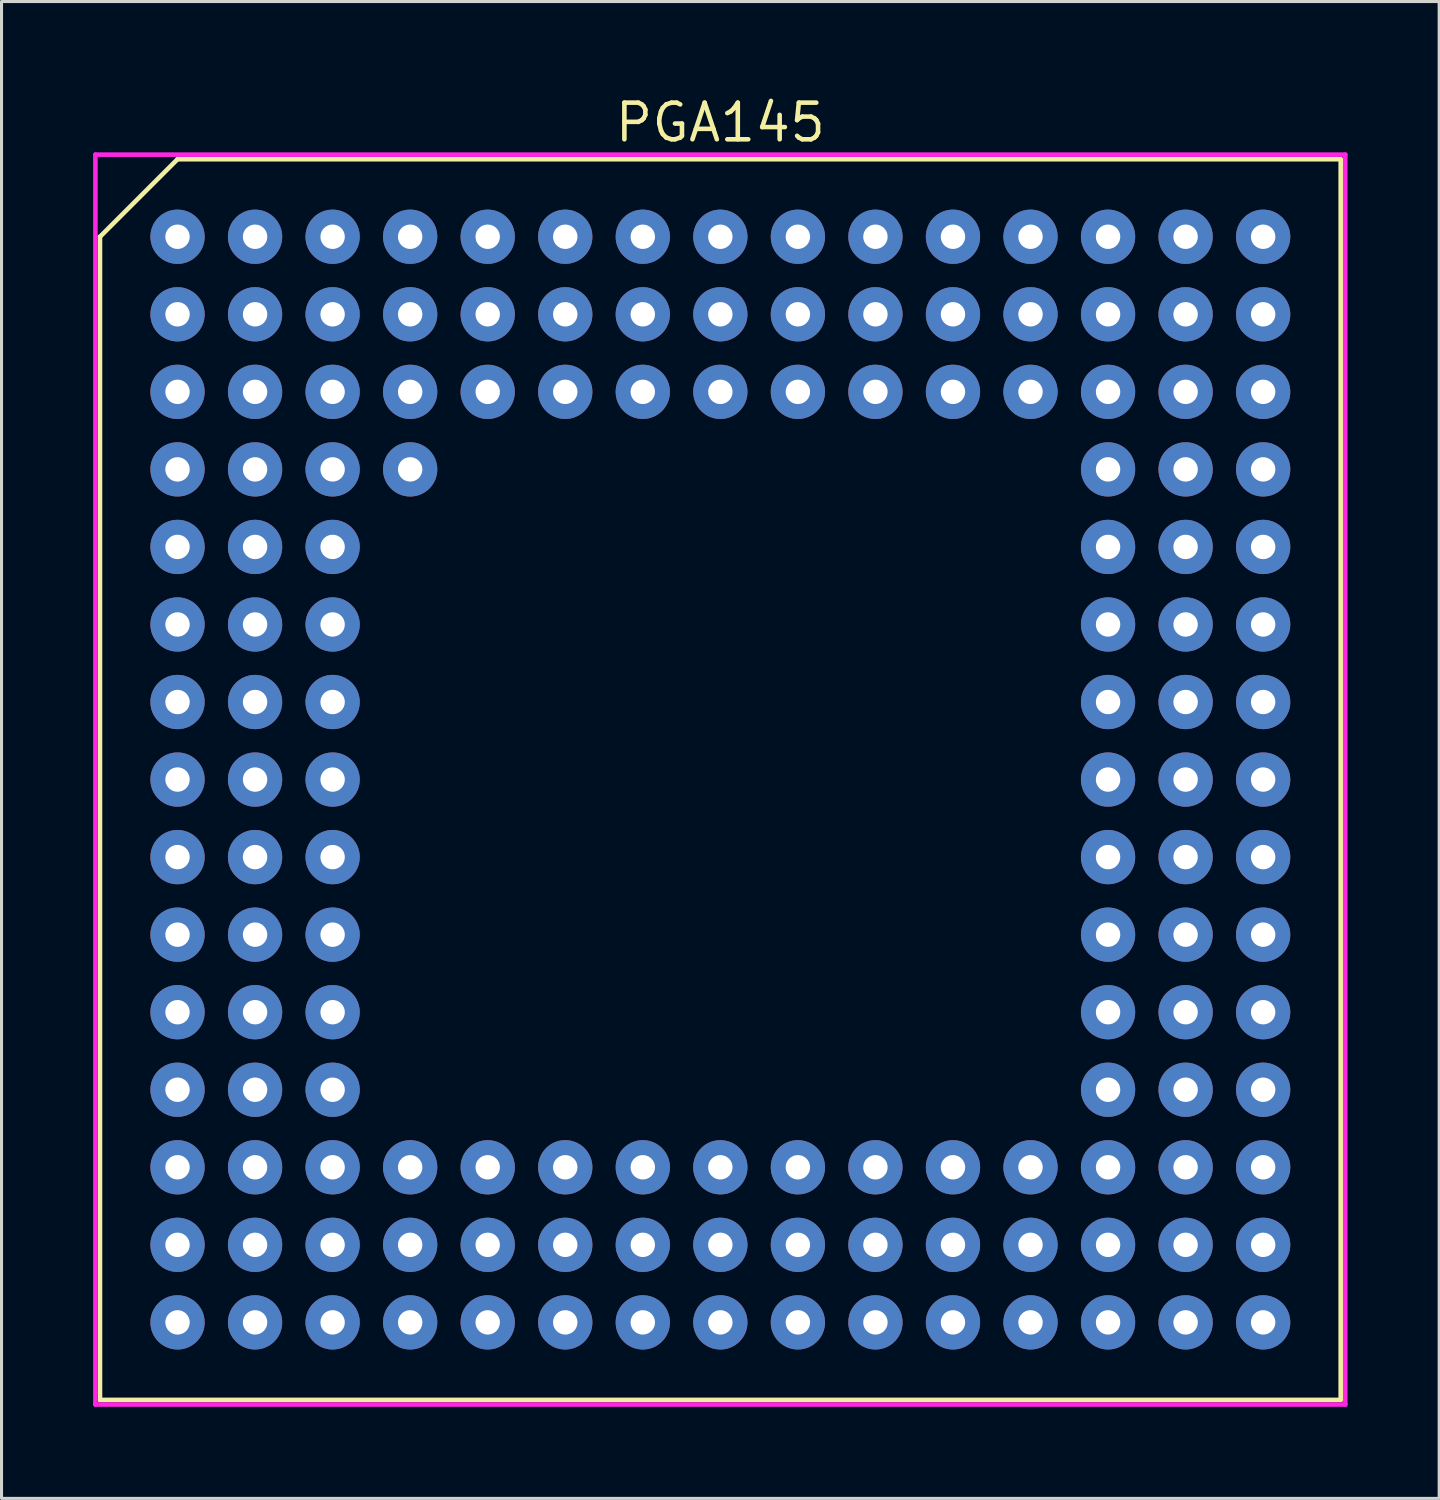
<source format=kicad_pcb>
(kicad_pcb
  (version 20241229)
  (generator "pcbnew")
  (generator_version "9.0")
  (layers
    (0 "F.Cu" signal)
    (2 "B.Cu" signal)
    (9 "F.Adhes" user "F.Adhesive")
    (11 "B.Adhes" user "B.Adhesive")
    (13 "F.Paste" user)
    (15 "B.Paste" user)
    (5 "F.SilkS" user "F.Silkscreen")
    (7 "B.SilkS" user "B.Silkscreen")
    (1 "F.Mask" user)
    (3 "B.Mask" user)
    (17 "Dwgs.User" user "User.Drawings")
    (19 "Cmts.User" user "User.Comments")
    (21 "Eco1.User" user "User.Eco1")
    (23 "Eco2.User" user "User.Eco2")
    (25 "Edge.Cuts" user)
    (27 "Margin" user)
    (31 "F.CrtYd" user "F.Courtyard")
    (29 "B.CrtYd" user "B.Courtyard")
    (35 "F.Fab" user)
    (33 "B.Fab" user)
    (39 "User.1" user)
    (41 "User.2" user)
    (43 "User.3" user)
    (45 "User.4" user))
  (footprint "PGA145"
    (layer "F.Cu")
    (at 20.545 22.485)
    (property "Reference" "PGA145" (at 0 -21.52 0) (layer "F.SilkS") (effects (font (size 1.2 1.2) (thickness 0.15))))
    (attr through_hole)
    (fp_line (start -20.32 -17.78) (end -20.32 20.32) (stroke (width 0.15) (type solid)) (layer "F.SilkS"))
    (fp_line (start -20.32 20.32) (end 20.32 20.32) (stroke (width 0.15) (type solid)) (layer "F.SilkS"))
    (fp_line (start -17.78 -20.32) (end -20.32 -17.78) (stroke (width 0.15) (type solid)) (layer "F.SilkS"))
    (fp_line (start 20.32 -20.32) (end -17.78 -20.32) (stroke (width 0.15) (type solid)) (layer "F.SilkS"))
    (fp_line (start 20.32 20.32) (end 20.32 -20.32) (stroke (width 0.15) (type solid)) (layer "F.SilkS"))
    (fp_line (start -20.47 -20.47) (end 20.47 -20.47) (stroke (width 0.15) (type solid)) (layer "F.CrtYd"))
    (fp_line (start -20.47 20.47) (end -20.47 -20.47) (stroke (width 0.15) (type solid)) (layer "F.CrtYd"))
    (fp_line (start 20.47 -20.47) (end 20.47 20.47) (stroke (width 0.15) (type solid)) (layer "F.CrtYd"))
    (fp_line (start 20.47 20.47) (end -20.47 20.47) (stroke (width 0.15) (type solid)) (layer "F.CrtYd"))
    (pad "A1" thru_hole oval (at -17.78 -17.78) (size 1.778 1.778) (drill 0.8) (layers "*.Cu" "*.Mask"))
    (pad "A2" thru_hole oval (at -15.24 -17.78) (size 1.778 1.778) (drill 0.8) (layers "*.Cu" "*.Mask"))
    (pad "A3" thru_hole oval (at -12.7 -17.78) (size 1.778 1.778) (drill 0.8) (layers "*.Cu" "*.Mask"))
    (pad "A4" thru_hole oval (at -10.16 -17.78) (size 1.778 1.778) (drill 0.8) (layers "*.Cu" "*.Mask"))
    (pad "A5" thru_hole oval (at -7.62 -17.78) (size 1.778 1.778) (drill 0.8) (layers "*.Cu" "*.Mask"))
    (pad "A6" thru_hole oval (at -5.08 -17.78) (size 1.778 1.778) (drill 0.8) (layers "*.Cu" "*.Mask"))
    (pad "A7" thru_hole oval (at -2.54 -17.78) (size 1.778 1.778) (drill 0.8) (layers "*.Cu" "*.Mask"))
    (pad "A8" thru_hole oval (at 0 -17.78) (size 1.778 1.778) (drill 0.8) (layers "*.Cu" "*.Mask"))
    (pad "A9" thru_hole oval (at 2.54 -17.78) (size 1.778 1.778) (drill 0.8) (layers "*.Cu" "*.Mask"))
    (pad "A10" thru_hole oval (at 5.08 -17.78) (size 1.778 1.778) (drill 0.8) (layers "*.Cu" "*.Mask"))
    (pad "A11" thru_hole oval (at 7.62 -17.78) (size 1.778 1.778) (drill 0.8) (layers "*.Cu" "*.Mask"))
    (pad "A12" thru_hole oval (at 10.16 -17.78) (size 1.778 1.778) (drill 0.8) (layers "*.Cu" "*.Mask"))
    (pad "A13" thru_hole oval (at 12.7 -17.78) (size 1.778 1.778) (drill 0.8) (layers "*.Cu" "*.Mask"))
    (pad "A14" thru_hole oval (at 15.24 -17.78) (size 1.778 1.778) (drill 0.8) (layers "*.Cu" "*.Mask"))
    (pad "A15" thru_hole oval (at 17.78 -17.78) (size 1.778 1.778) (drill 0.8) (layers "*.Cu" "*.Mask"))
    (pad "B1" thru_hole oval (at -17.78 -15.24) (size 1.778 1.778) (drill 0.8) (layers "*.Cu" "*.Mask"))
    (pad "B2" thru_hole oval (at -15.24 -15.24) (size 1.778 1.778) (drill 0.8) (layers "*.Cu" "*.Mask"))
    (pad "B3" thru_hole oval (at -12.7 -15.24) (size 1.778 1.778) (drill 0.8) (layers "*.Cu" "*.Mask"))
    (pad "B4" thru_hole oval (at -10.16 -15.24) (size 1.778 1.778) (drill 0.8) (layers "*.Cu" "*.Mask"))
    (pad "B5" thru_hole oval (at -7.62 -15.24) (size 1.778 1.778) (drill 0.8) (layers "*.Cu" "*.Mask"))
    (pad "B6" thru_hole oval (at -5.08 -15.24) (size 1.778 1.778) (drill 0.8) (layers "*.Cu" "*.Mask"))
    (pad "B7" thru_hole oval (at -2.54 -15.24) (size 1.778 1.778) (drill 0.8) (layers "*.Cu" "*.Mask"))
    (pad "B8" thru_hole oval (at 0 -15.24) (size 1.778 1.778) (drill 0.8) (layers "*.Cu" "*.Mask"))
    (pad "B9" thru_hole oval (at 2.54 -15.24) (size 1.778 1.778) (drill 0.8) (layers "*.Cu" "*.Mask"))
    (pad "B10" thru_hole oval (at 5.08 -15.24) (size 1.778 1.778) (drill 0.8) (layers "*.Cu" "*.Mask"))
    (pad "B11" thru_hole oval (at 7.62 -15.24) (size 1.778 1.778) (drill 0.8) (layers "*.Cu" "*.Mask"))
    (pad "B12" thru_hole oval (at 10.16 -15.24) (size 1.778 1.778) (drill 0.8) (layers "*.Cu" "*.Mask"))
    (pad "B13" thru_hole oval (at 12.7 -15.24) (size 1.778 1.778) (drill 0.8) (layers "*.Cu" "*.Mask"))
    (pad "B14" thru_hole oval (at 15.24 -15.24) (size 1.778 1.778) (drill 0.8) (layers "*.Cu" "*.Mask"))
    (pad "B15" thru_hole oval (at 17.78 -15.24) (size 1.778 1.778) (drill 0.8) (layers "*.Cu" "*.Mask"))
    (pad "C1" thru_hole oval (at -17.78 -12.7) (size 1.778 1.778) (drill 0.8) (layers "*.Cu" "*.Mask"))
    (pad "C2" thru_hole oval (at -15.24 -12.7) (size 1.778 1.778) (drill 0.8) (layers "*.Cu" "*.Mask"))
    (pad "C3" thru_hole oval (at -12.7 -12.7) (size 1.778 1.778) (drill 0.8) (layers "*.Cu" "*.Mask"))
    (pad "C4" thru_hole oval (at -10.16 -12.7) (size 1.778 1.778) (drill 0.8) (layers "*.Cu" "*.Mask"))
    (pad "C5" thru_hole oval (at -7.62 -12.7) (size 1.778 1.778) (drill 0.8) (layers "*.Cu" "*.Mask"))
    (pad "C6" thru_hole oval (at -5.08 -12.7) (size 1.778 1.778) (drill 0.8) (layers "*.Cu" "*.Mask"))
    (pad "C7" thru_hole oval (at -2.54 -12.7) (size 1.778 1.778) (drill 0.8) (layers "*.Cu" "*.Mask"))
    (pad "C8" thru_hole oval (at 0 -12.7) (size 1.778 1.778) (drill 0.8) (layers "*.Cu" "*.Mask"))
    (pad "C9" thru_hole oval (at 2.54 -12.7) (size 1.778 1.778) (drill 0.8) (layers "*.Cu" "*.Mask"))
    (pad "C10" thru_hole oval (at 5.08 -12.7) (size 1.778 1.778) (drill 0.8) (layers "*.Cu" "*.Mask"))
    (pad "C11" thru_hole oval (at 7.62 -12.7) (size 1.778 1.778) (drill 0.8) (layers "*.Cu" "*.Mask"))
    (pad "C12" thru_hole oval (at 10.16 -12.7) (size 1.778 1.778) (drill 0.8) (layers "*.Cu" "*.Mask"))
    (pad "C13" thru_hole oval (at 12.7 -12.7) (size 1.778 1.778) (drill 0.8) (layers "*.Cu" "*.Mask"))
    (pad "C14" thru_hole oval (at 15.24 -12.7) (size 1.778 1.778) (drill 0.8) (layers "*.Cu" "*.Mask"))
    (pad "C15" thru_hole oval (at 17.78 -12.7) (size 1.778 1.778) (drill 0.8) (layers "*.Cu" "*.Mask"))
    (pad "D1" thru_hole oval (at -17.78 -10.16) (size 1.778 1.778) (drill 0.8) (layers "*.Cu" "*.Mask"))
    (pad "D2" thru_hole oval (at -15.24 -10.16) (size 1.778 1.778) (drill 0.8) (layers "*.Cu" "*.Mask"))
    (pad "D3" thru_hole oval (at -12.7 -10.16) (size 1.778 1.778) (drill 0.8) (layers "*.Cu" "*.Mask"))
    (pad "D4" thru_hole oval (at -10.16 -10.16) (size 1.778 1.778) (drill 0.8) (layers "*.Cu" "*.Mask"))
    (pad "D13" thru_hole oval (at 12.7 -10.16) (size 1.778 1.778) (drill 0.8) (layers "*.Cu" "*.Mask"))
    (pad "D14" thru_hole oval (at 15.24 -10.16) (size 1.778 1.778) (drill 0.8) (layers "*.Cu" "*.Mask"))
    (pad "D15" thru_hole oval (at 17.78 -10.16) (size 1.778 1.778) (drill 0.8) (layers "*.Cu" "*.Mask"))
    (pad "E1" thru_hole oval (at -17.78 -7.62) (size 1.778 1.778) (drill 0.8) (layers "*.Cu" "*.Mask"))
    (pad "E2" thru_hole oval (at -15.24 -7.62) (size 1.778 1.778) (drill 0.8) (layers "*.Cu" "*.Mask"))
    (pad "E3" thru_hole oval (at -12.7 -7.62) (size 1.778 1.778) (drill 0.8) (layers "*.Cu" "*.Mask"))
    (pad "E13" thru_hole oval (at 12.7 -7.62) (size 1.778 1.778) (drill 0.8) (layers "*.Cu" "*.Mask"))
    (pad "E14" thru_hole oval (at 15.24 -7.62) (size 1.778 1.778) (drill 0.8) (layers "*.Cu" "*.Mask"))
    (pad "E15" thru_hole oval (at 17.78 -7.62) (size 1.778 1.778) (drill 0.8) (layers "*.Cu" "*.Mask"))
    (pad "F1" thru_hole oval (at -17.78 -5.08) (size 1.778 1.778) (drill 0.8) (layers "*.Cu" "*.Mask"))
    (pad "F2" thru_hole oval (at -15.24 -5.08) (size 1.778 1.778) (drill 0.8) (layers "*.Cu" "*.Mask"))
    (pad "F3" thru_hole oval (at -12.7 -5.08) (size 1.778 1.778) (drill 0.8) (layers "*.Cu" "*.Mask"))
    (pad "F13" thru_hole oval (at 12.7 -5.08) (size 1.778 1.778) (drill 0.8) (layers "*.Cu" "*.Mask"))
    (pad "F14" thru_hole oval (at 15.24 -5.08) (size 1.778 1.778) (drill 0.8) (layers "*.Cu" "*.Mask"))
    (pad "F15" thru_hole oval (at 17.78 -5.08) (size 1.778 1.778) (drill 0.8) (layers "*.Cu" "*.Mask"))
    (pad "G1" thru_hole oval (at -17.78 -2.54) (size 1.778 1.778) (drill 0.8) (layers "*.Cu" "*.Mask"))
    (pad "G2" thru_hole oval (at -15.24 -2.54) (size 1.778 1.778) (drill 0.8) (layers "*.Cu" "*.Mask"))
    (pad "G3" thru_hole oval (at -12.7 -2.54) (size 1.778 1.778) (drill 0.8) (layers "*.Cu" "*.Mask"))
    (pad "G13" thru_hole oval (at 12.7 -2.54) (size 1.778 1.778) (drill 0.8) (layers "*.Cu" "*.Mask"))
    (pad "G14" thru_hole oval (at 15.24 -2.54) (size 1.778 1.778) (drill 0.8) (layers "*.Cu" "*.Mask"))
    (pad "G15" thru_hole oval (at 17.78 -2.54) (size 1.778 1.778) (drill 0.8) (layers "*.Cu" "*.Mask"))
    (pad "H1" thru_hole oval (at -17.78 0) (size 1.778 1.778) (drill 0.8) (layers "*.Cu" "*.Mask"))
    (pad "H2" thru_hole oval (at -15.24 0) (size 1.778 1.778) (drill 0.8) (layers "*.Cu" "*.Mask"))
    (pad "H3" thru_hole oval (at -12.7 0) (size 1.778 1.778) (drill 0.8) (layers "*.Cu" "*.Mask"))
    (pad "H13" thru_hole oval (at 12.7 0) (size 1.778 1.778) (drill 0.8) (layers "*.Cu" "*.Mask"))
    (pad "H14" thru_hole oval (at 15.24 0) (size 1.778 1.778) (drill 0.8) (layers "*.Cu" "*.Mask"))
    (pad "H15" thru_hole oval (at 17.78 0) (size 1.778 1.778) (drill 0.8) (layers "*.Cu" "*.Mask"))
    (pad "J1" thru_hole oval (at -17.78 2.54) (size 1.778 1.778) (drill 0.8) (layers "*.Cu" "*.Mask"))
    (pad "J2" thru_hole oval (at -15.24 2.54) (size 1.778 1.778) (drill 0.8) (layers "*.Cu" "*.Mask"))
    (pad "J3" thru_hole oval (at -12.7 2.54) (size 1.778 1.778) (drill 0.8) (layers "*.Cu" "*.Mask"))
    (pad "J13" thru_hole oval (at 12.7 2.54) (size 1.778 1.778) (drill 0.8) (layers "*.Cu" "*.Mask"))
    (pad "J14" thru_hole oval (at 15.24 2.54) (size 1.778 1.778) (drill 0.8) (layers "*.Cu" "*.Mask"))
    (pad "J15" thru_hole oval (at 17.78 2.54) (size 1.778 1.778) (drill 0.8) (layers "*.Cu" "*.Mask"))
    (pad "K1" thru_hole oval (at -17.78 5.08) (size 1.778 1.778) (drill 0.8) (layers "*.Cu" "*.Mask"))
    (pad "K2" thru_hole oval (at -15.24 5.08) (size 1.778 1.778) (drill 0.8) (layers "*.Cu" "*.Mask"))
    (pad "K3" thru_hole oval (at -12.7 5.08) (size 1.778 1.778) (drill 0.8) (layers "*.Cu" "*.Mask"))
    (pad "K13" thru_hole oval (at 12.7 5.08) (size 1.778 1.778) (drill 0.8) (layers "*.Cu" "*.Mask"))
    (pad "K14" thru_hole oval (at 15.24 5.08) (size 1.778 1.778) (drill 0.8) (layers "*.Cu" "*.Mask"))
    (pad "K15" thru_hole oval (at 17.78 5.08) (size 1.778 1.778) (drill 0.8) (layers "*.Cu" "*.Mask"))
    (pad "L1" thru_hole oval (at -17.78 7.62) (size 1.778 1.778) (drill 0.8) (layers "*.Cu" "*.Mask"))
    (pad "L2" thru_hole oval (at -15.24 7.62) (size 1.778 1.778) (drill 0.8) (layers "*.Cu" "*.Mask"))
    (pad "L3" thru_hole oval (at -12.7 7.62) (size 1.778 1.778) (drill 0.8) (layers "*.Cu" "*.Mask"))
    (pad "L13" thru_hole oval (at 12.7 7.62) (size 1.778 1.778) (drill 0.8) (layers "*.Cu" "*.Mask"))
    (pad "L14" thru_hole oval (at 15.24 7.62) (size 1.778 1.778) (drill 0.8) (layers "*.Cu" "*.Mask"))
    (pad "L15" thru_hole oval (at 17.78 7.62) (size 1.778 1.778) (drill 0.8) (layers "*.Cu" "*.Mask"))
    (pad "M1" thru_hole oval (at -17.78 10.16) (size 1.778 1.778) (drill 0.8) (layers "*.Cu" "*.Mask"))
    (pad "M2" thru_hole oval (at -15.24 10.16) (size 1.778 1.778) (drill 0.8) (layers "*.Cu" "*.Mask"))
    (pad "M3" thru_hole oval (at -12.7 10.16) (size 1.778 1.778) (drill 0.8) (layers "*.Cu" "*.Mask"))
    (pad "M13" thru_hole oval (at 12.7 10.16) (size 1.778 1.778) (drill 0.8) (layers "*.Cu" "*.Mask"))
    (pad "M14" thru_hole oval (at 15.24 10.16) (size 1.778 1.778) (drill 0.8) (layers "*.Cu" "*.Mask"))
    (pad "M15" thru_hole oval (at 17.78 10.16) (size 1.778 1.778) (drill 0.8) (layers "*.Cu" "*.Mask"))
    (pad "N1" thru_hole oval (at -17.78 12.7) (size 1.778 1.778) (drill 0.8) (layers "*.Cu" "*.Mask"))
    (pad "N2" thru_hole oval (at -15.24 12.7) (size 1.778 1.778) (drill 0.8) (layers "*.Cu" "*.Mask"))
    (pad "N3" thru_hole oval (at -12.7 12.7) (size 1.778 1.778) (drill 0.8) (layers "*.Cu" "*.Mask"))
    (pad "N4" thru_hole oval (at -10.16 12.7) (size 1.778 1.778) (drill 0.8) (layers "*.Cu" "*.Mask"))
    (pad "N5" thru_hole oval (at -7.62 12.7) (size 1.778 1.778) (drill 0.8) (layers "*.Cu" "*.Mask"))
    (pad "N6" thru_hole oval (at -5.08 12.7) (size 1.778 1.778) (drill 0.8) (layers "*.Cu" "*.Mask"))
    (pad "N7" thru_hole oval (at -2.54 12.7) (size 1.778 1.778) (drill 0.8) (layers "*.Cu" "*.Mask"))
    (pad "N8" thru_hole oval (at 0 12.7) (size 1.778 1.778) (drill 0.8) (layers "*.Cu" "*.Mask"))
    (pad "N9" thru_hole oval (at 2.54 12.7) (size 1.778 1.778) (drill 0.8) (layers "*.Cu" "*.Mask"))
    (pad "N10" thru_hole oval (at 5.08 12.7) (size 1.778 1.778) (drill 0.8) (layers "*.Cu" "*.Mask"))
    (pad "N11" thru_hole oval (at 7.62 12.7) (size 1.778 1.778) (drill 0.8) (layers "*.Cu" "*.Mask"))
    (pad "N12" thru_hole oval (at 10.16 12.7) (size 1.778 1.778) (drill 0.8) (layers "*.Cu" "*.Mask"))
    (pad "N13" thru_hole oval (at 12.7 12.7) (size 1.778 1.778) (drill 0.8) (layers "*.Cu" "*.Mask"))
    (pad "N14" thru_hole oval (at 15.24 12.7) (size 1.778 1.778) (drill 0.8) (layers "*.Cu" "*.Mask"))
    (pad "N15" thru_hole oval (at 17.78 12.7) (size 1.778 1.778) (drill 0.8) (layers "*.Cu" "*.Mask"))
    (pad "P1" thru_hole oval (at -17.78 15.24) (size 1.778 1.778) (drill 0.8) (layers "*.Cu" "*.Mask"))
    (pad "P2" thru_hole oval (at -15.24 15.24) (size 1.778 1.778) (drill 0.8) (layers "*.Cu" "*.Mask"))
    (pad "P3" thru_hole oval (at -12.7 15.24) (size 1.778 1.778) (drill 0.8) (layers "*.Cu" "*.Mask"))
    (pad "P4" thru_hole oval (at -10.16 15.24) (size 1.778 1.778) (drill 0.8) (layers "*.Cu" "*.Mask"))
    (pad "P5" thru_hole oval (at -7.62 15.24) (size 1.778 1.778) (drill 0.8) (layers "*.Cu" "*.Mask"))
    (pad "P6" thru_hole oval (at -5.08 15.24) (size 1.778 1.778) (drill 0.8) (layers "*.Cu" "*.Mask"))
    (pad "P7" thru_hole oval (at -2.54 15.24) (size 1.778 1.778) (drill 0.8) (layers "*.Cu" "*.Mask"))
    (pad "P8" thru_hole oval (at 0 15.24) (size 1.778 1.778) (drill 0.8) (layers "*.Cu" "*.Mask"))
    (pad "P9" thru_hole oval (at 2.54 15.24) (size 1.778 1.778) (drill 0.8) (layers "*.Cu" "*.Mask"))
    (pad "P10" thru_hole oval (at 5.08 15.24) (size 1.778 1.778) (drill 0.8) (layers "*.Cu" "*.Mask"))
    (pad "P11" thru_hole oval (at 7.62 15.24) (size 1.778 1.778) (drill 0.8) (layers "*.Cu" "*.Mask"))
    (pad "P12" thru_hole oval (at 10.16 15.24) (size 1.778 1.778) (drill 0.8) (layers "*.Cu" "*.Mask"))
    (pad "P13" thru_hole oval (at 12.7 15.24) (size 1.778 1.778) (drill 0.8) (layers "*.Cu" "*.Mask"))
    (pad "P14" thru_hole oval (at 15.24 15.24) (size 1.778 1.778) (drill 0.8) (layers "*.Cu" "*.Mask"))
    (pad "P15" thru_hole oval (at 17.78 15.24) (size 1.778 1.778) (drill 0.8) (layers "*.Cu" "*.Mask"))
    (pad "R1" thru_hole oval (at -17.78 17.78) (size 1.778 1.778) (drill 0.8) (layers "*.Cu" "*.Mask"))
    (pad "R2" thru_hole oval (at -15.24 17.78) (size 1.778 1.778) (drill 0.8) (layers "*.Cu" "*.Mask"))
    (pad "R3" thru_hole oval (at -12.7 17.78) (size 1.778 1.778) (drill 0.8) (layers "*.Cu" "*.Mask"))
    (pad "R4" thru_hole oval (at -10.16 17.78) (size 1.778 1.778) (drill 0.8) (layers "*.Cu" "*.Mask"))
    (pad "R5" thru_hole oval (at -7.62 17.78) (size 1.778 1.778) (drill 0.8) (layers "*.Cu" "*.Mask"))
    (pad "R6" thru_hole oval (at -5.08 17.78) (size 1.778 1.778) (drill 0.8) (layers "*.Cu" "*.Mask"))
    (pad "R7" thru_hole oval (at -2.54 17.78) (size 1.778 1.778) (drill 0.8) (layers "*.Cu" "*.Mask"))
    (pad "R8" thru_hole oval (at 0 17.78) (size 1.778 1.778) (drill 0.8) (layers "*.Cu" "*.Mask"))
    (pad "R9" thru_hole oval (at 2.54 17.78) (size 1.778 1.778) (drill 0.8) (layers "*.Cu" "*.Mask"))
    (pad "R10" thru_hole oval (at 5.08 17.78) (size 1.778 1.778) (drill 0.8) (layers "*.Cu" "*.Mask"))
    (pad "R11" thru_hole oval (at 7.62 17.78) (size 1.778 1.778) (drill 0.8) (layers "*.Cu" "*.Mask"))
    (pad "R12" thru_hole oval (at 10.16 17.78) (size 1.778 1.778) (drill 0.8) (layers "*.Cu" "*.Mask"))
    (pad "R13" thru_hole oval (at 12.7 17.78) (size 1.778 1.778) (drill 0.8) (layers "*.Cu" "*.Mask"))
    (pad "R14" thru_hole oval (at 15.24 17.78) (size 1.778 1.778) (drill 0.8) (layers "*.Cu" "*.Mask"))
    (pad "R15" thru_hole oval (at 17.78 17.78) (size 1.778 1.778) (drill 0.8) (layers "*.Cu" "*.Mask")))
  (gr_rect
    (start -3 -3)
    (end 44.09 46.03)
    (stroke (width 0.1) (type default))
    (fill no)
    (layer "Edge.Cuts")))
</source>
